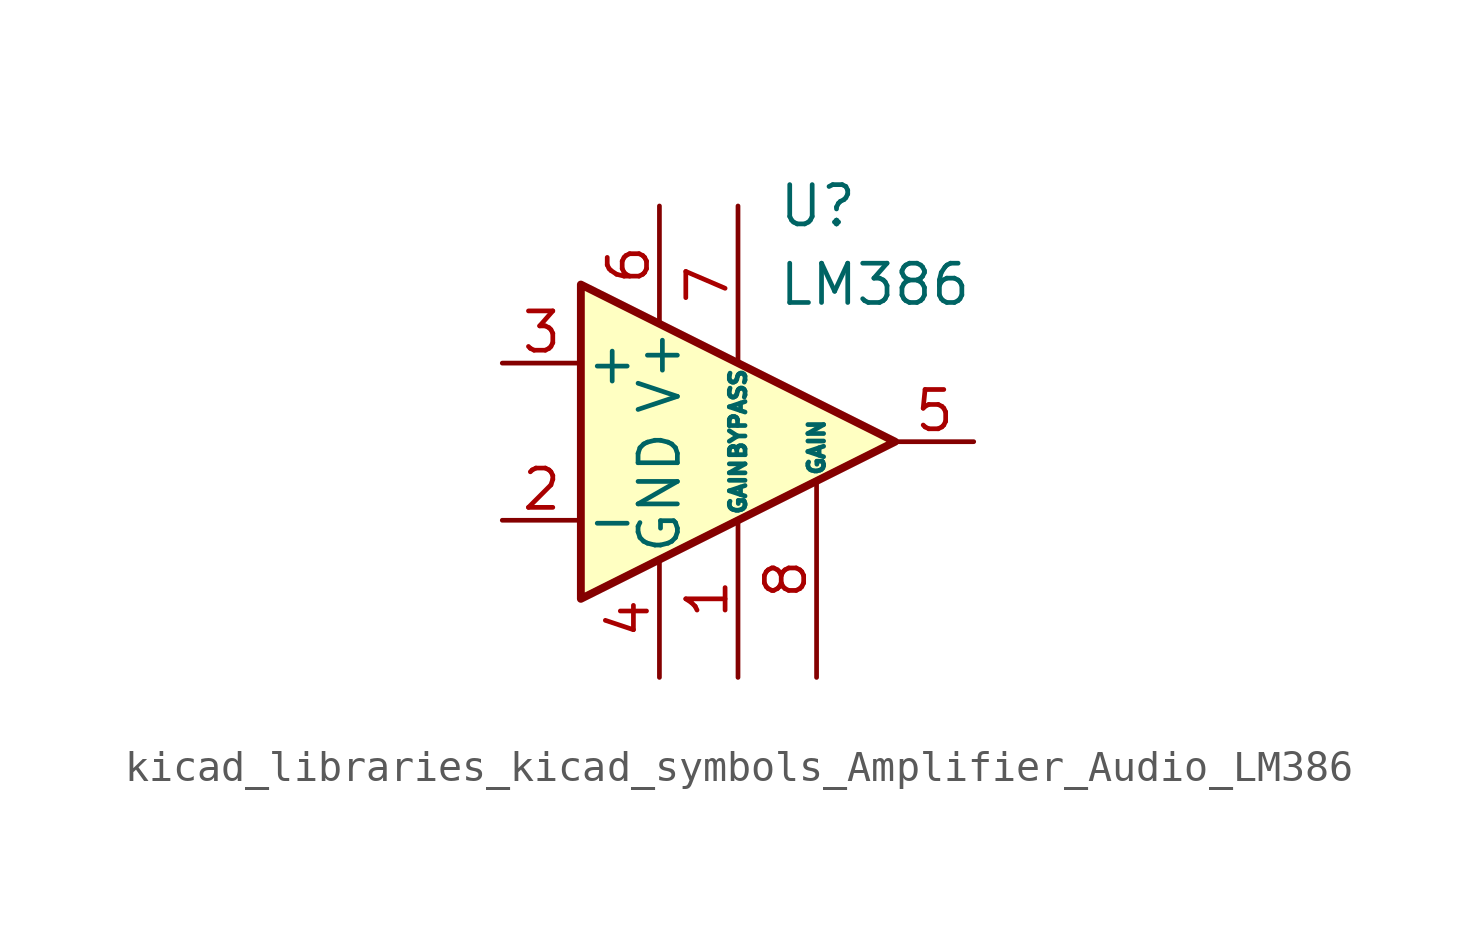
<source format=kicad_sym>
(kicad_symbol_lib
  (version 20220914)
  (generator kicad_symbol_editor)
  (symbol "kicad_libraries_kicad_symbols_Amplifier_Audio_LM386"
    (pin_names
      (offset 0.127))
    (property "Reference" "U"
      (at 1.27 7.62 0)
      (effects (font (size 1.27 1.27)) (justify left)))
    (property "Value" "LM386"
      (at 1.27 5.08 0)
      (effects (font (size 1.27 1.27)) (justify left)))
    (symbol "kicad_libraries_kicad_symbols_Amplifier_Audio_LM386_0_1"
      (polyline (pts (xy 5.08 0) (xy -5.08 5.08) (xy -5.08 -5.08) (xy 5.08 0)) (stroke (width 0.254) (type default)) (fill (type background))))
    (symbol "kicad_libraries_kicad_symbols_Amplifier_Audio_LM386_1_1"
      (pin input line (at 0 -7.62 90) (length 5.08) (name "GAIN" (effects (font (size 0.508 0.508)))) (number "1" (effects (font (size 1.27 1.27)))))
      (pin input line (at -7.62 -2.54 0) (length 2.54) (name "-" (effects (font (size 1.27 1.27)))) (number "2" (effects (font (size 1.27 1.27)))))
      (pin input line (at -7.62 2.54 0) (length 2.54) (name "+" (effects (font (size 1.27 1.27)))) (number "3" (effects (font (size 1.27 1.27)))))
      (pin power_in line (at -2.54 -7.62 90) (length 3.81) (name "GND" (effects (font (size 1.27 1.27)))) (number "4" (effects (font (size 1.27 1.27)))))
      (pin output line (at 7.62 0 180) (length 2.54) (name "~" (effects (font (size 1.27 1.27)))) (number "5" (effects (font (size 1.27 1.27)))))
      (pin power_in line (at -2.54 7.62 270) (length 3.81) (name "V+" (effects (font (size 1.27 1.27)))) (number "6" (effects (font (size 1.27 1.27)))))
      (pin input line (at 0 7.62 270) (length 5.08) (name "BYPASS" (effects (font (size 0.508 0.508)))) (number "7" (effects (font (size 1.27 1.27)))))
      (pin input line (at 2.54 -7.62 90) (length 6.35) (name "GAIN" (effects (font (size 0.508 0.508)))) (number "8" (effects (font (size 1.27 1.27))))))))
</source>
